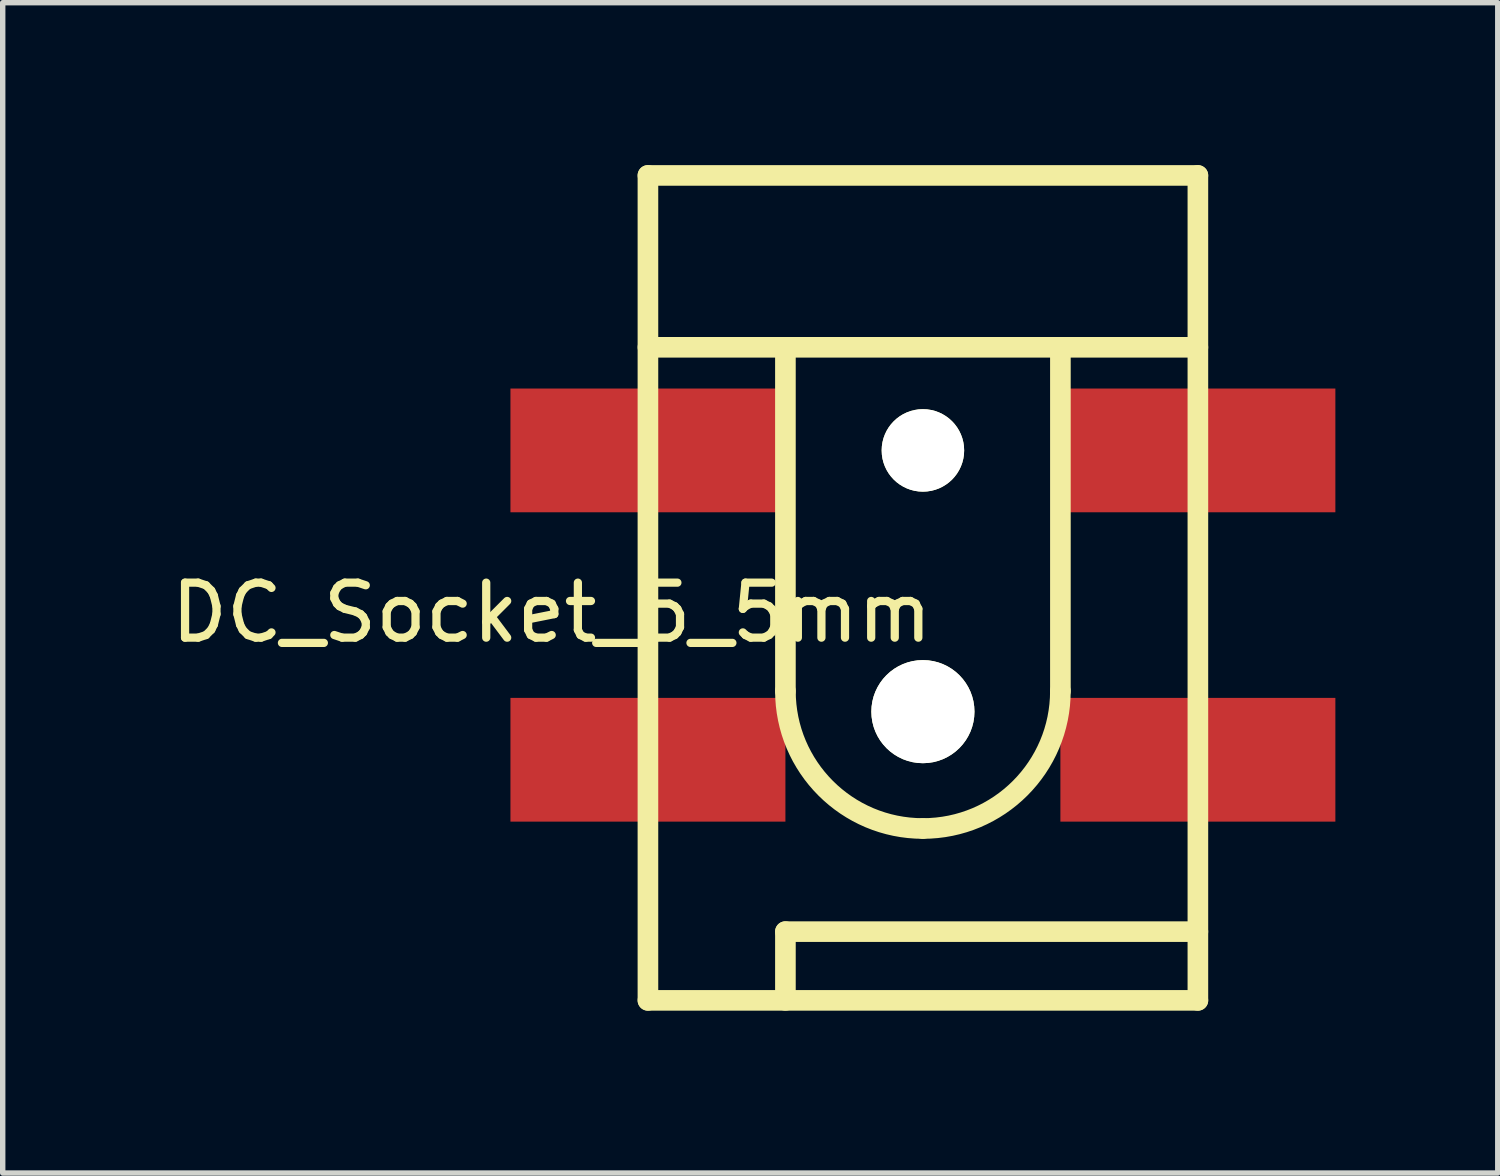
<source format=kicad_pcb>
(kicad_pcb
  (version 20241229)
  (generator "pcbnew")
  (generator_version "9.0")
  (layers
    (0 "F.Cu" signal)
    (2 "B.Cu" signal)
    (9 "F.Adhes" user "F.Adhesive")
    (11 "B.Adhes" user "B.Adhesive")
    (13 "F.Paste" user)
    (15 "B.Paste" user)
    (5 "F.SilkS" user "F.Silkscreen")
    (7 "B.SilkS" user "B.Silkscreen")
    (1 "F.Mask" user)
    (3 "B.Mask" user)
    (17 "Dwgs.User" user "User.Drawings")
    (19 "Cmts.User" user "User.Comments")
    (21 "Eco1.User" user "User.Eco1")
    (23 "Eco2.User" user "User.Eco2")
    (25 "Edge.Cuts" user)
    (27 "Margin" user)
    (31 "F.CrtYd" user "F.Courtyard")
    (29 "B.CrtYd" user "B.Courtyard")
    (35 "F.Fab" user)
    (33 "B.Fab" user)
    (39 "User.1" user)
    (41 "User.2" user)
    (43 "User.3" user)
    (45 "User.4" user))
  (footprint "DC_Socket_5_5mm"
    (layer "F.Cu")
    (at 14 5.271)
    (property "Reference" "DC_Socket_5_5mm" (at -6.858 2.997 0) (layer "F.SilkS") (effects (font (size 1.016 1.016) (thickness 0.152))))
    (attr through_hole)
    (fp_line (start -5.08 -5.08) (end -5.08 10.16) (stroke (width 0.381) (type solid)) (layer "F.SilkS"))
    (fp_line (start -5.08 -1.905) (end 5.08 -1.905) (stroke (width 0.381) (type solid)) (layer "F.SilkS"))
    (fp_line (start -5.08 10.16) (end 5.08 10.16) (stroke (width 0.381) (type solid)) (layer "F.SilkS"))
    (fp_line (start -2.54 4.445) (end -2.54 -1.905) (stroke (width 0.381) (type solid)) (layer "F.SilkS"))
    (fp_line (start -2.54 8.89) (end 5.08 8.89) (stroke (width 0.381) (type solid)) (layer "F.SilkS"))
    (fp_line (start -2.54 10.16) (end -2.54 8.89) (stroke (width 0.381) (type solid)) (layer "F.SilkS"))
    (fp_line (start 2.54 4.445) (end 2.54 -1.905) (stroke (width 0.381) (type solid)) (layer "F.SilkS"))
    (fp_line (start 5.08 -5.08) (end -5.08 -5.08) (stroke (width 0.381) (type solid)) (layer "F.SilkS"))
    (fp_line (start 5.08 10.16) (end 5.08 -5.08) (stroke (width 0.381) (type solid)) (layer "F.SilkS"))
    (fp_arc (start 0 6.985) (mid -1.796051 6.241051) (end -2.54 4.445) (stroke (width 0.381) (type solid)) (layer "F.SilkS"))
    (fp_arc (start 2.54 4.445) (mid 1.796051 6.241051) (end 0 6.985) (stroke (width 0.381) (type solid)) (layer "F.SilkS"))
    (pad "" np_thru_hole circle (at 0 0) (size 1.524 1.524) (drill 1.524) (layers "*.Cu" "*.Mask" "F.SilkS"))
    (pad "" np_thru_hole circle (at 0 4.826) (size 1.905 1.905) (drill 1.905) (layers "*.Cu" "*.Mask" "F.SilkS"))
    (pad "1" smd rect (at -5.08 0) (size 5.08 2.286) (layers "F.Cu" "F.Mask" "F.Paste"))
    (pad "2" smd rect (at -5.08 5.715) (size 5.08 2.286) (layers "F.Cu" "F.Mask" "F.Paste"))
    (pad "3" smd rect (at 5.08 5.715) (size 5.08 2.286) (layers "F.Cu" "F.Mask" "F.Paste"))
    (pad "4" smd rect (at 5.08 0) (size 5.08 2.286) (layers "F.Cu" "F.Mask" "F.Paste")))
  (gr_rect
    (start -3 -3)
    (end 24.62 18.621)
    (stroke (width 0.1) (type default))
    (fill no)
    (layer "Edge.Cuts")))
</source>
